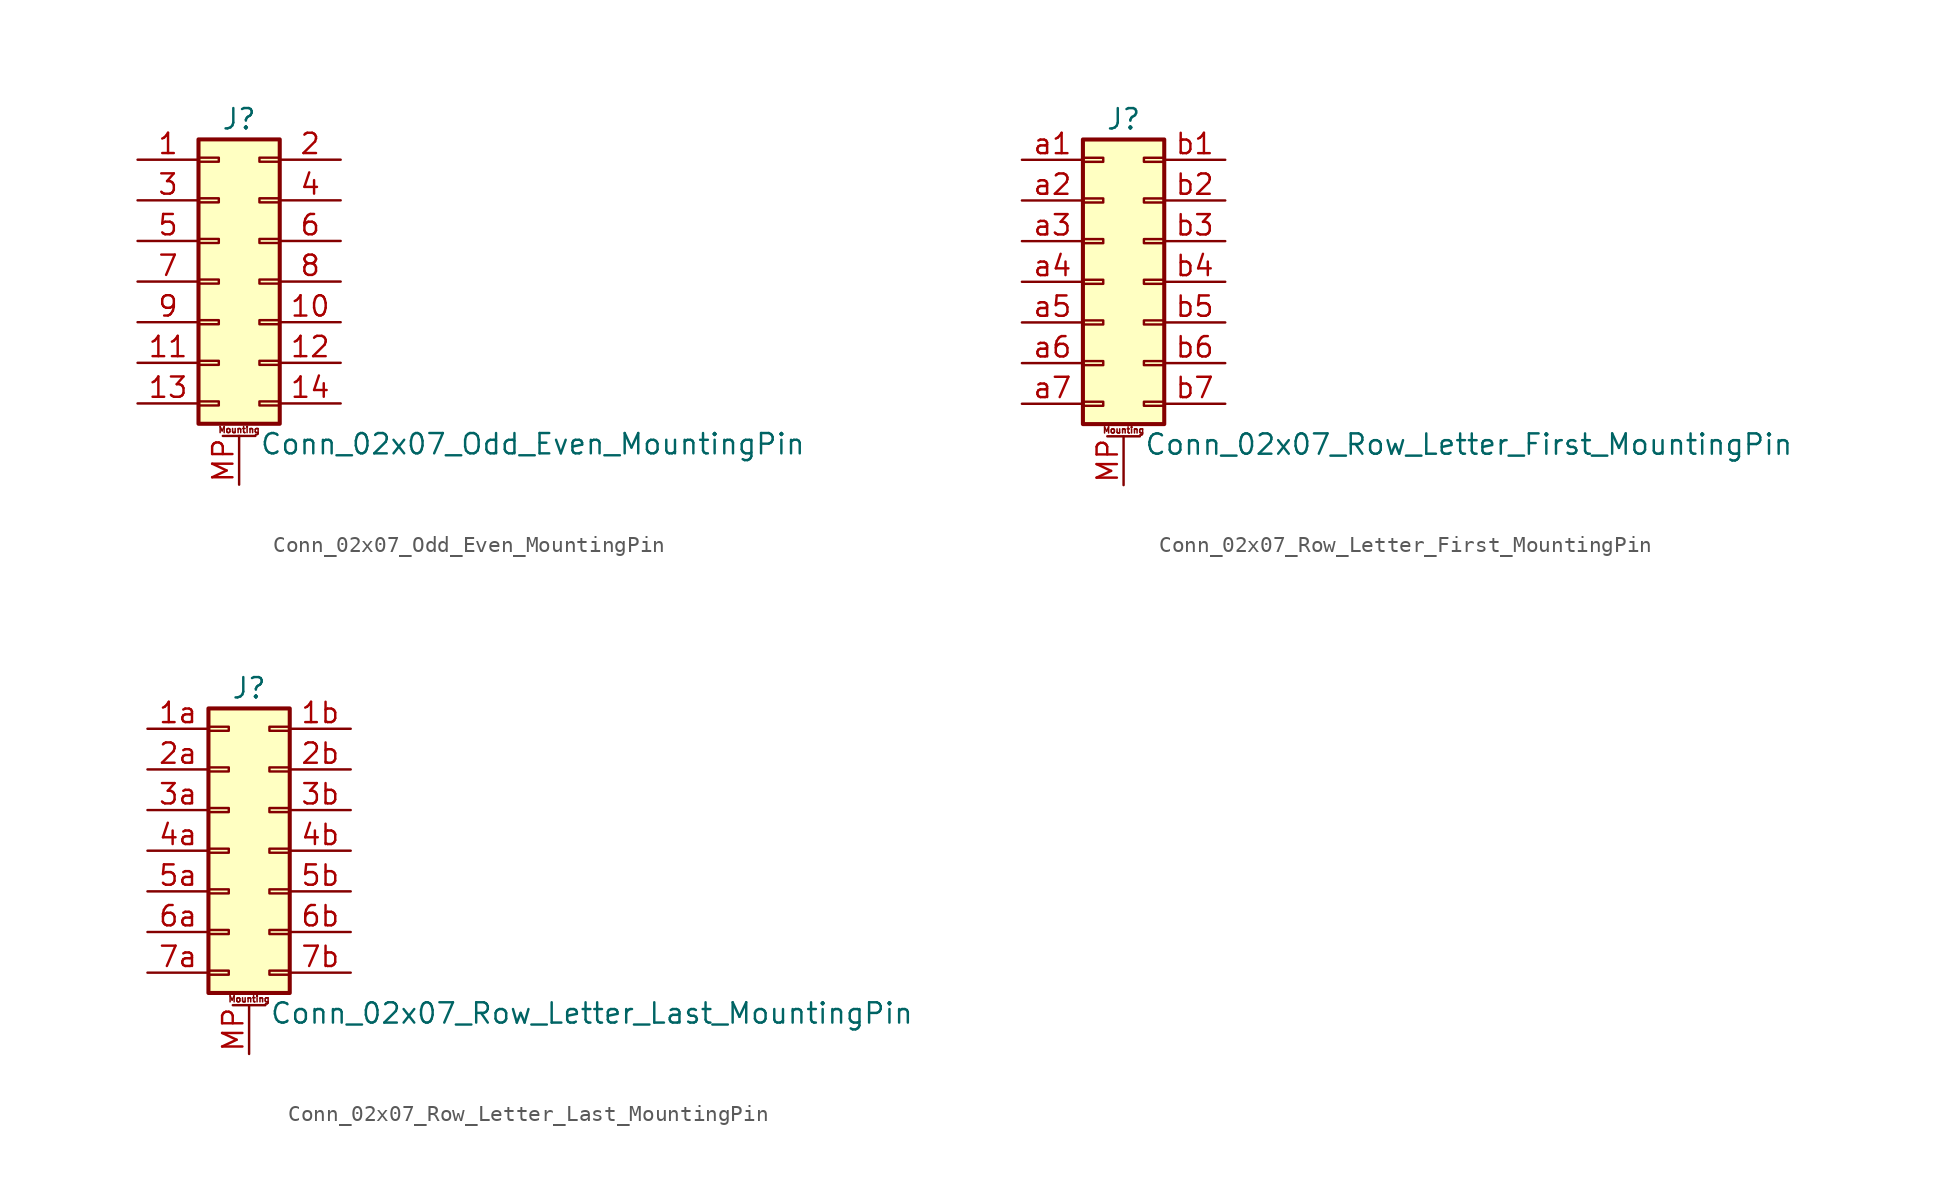
<source format=kicad_sym>
(kicad_symbol_lib
  (version 20201005)
  (generator kicad_symbol_editor)
  (symbol "Connector_Generic_MountingPin:Conn_02x07_Odd_Even_MountingPin"
    (pin_names
      (offset 1.016) hide)
    (property "Reference" "J"
      (at 1.27 10.16 0)
      (effects (font (size 1.27 1.27))))
    (property "Value" "Conn_02x07_Odd_Even_MountingPin"
      (at 2.54 -10.16 0)
      (effects (font (size 1.27 1.27)) (justify left)))
    (symbol "Conn_02x07_Odd_Even_MountingPin_1_1"
      (text "Mounting" (at 1.27 -9.271 0) (effects (font (size 0.381 0.381))))
      (rectangle (start -1.27 -4.953) (end 0 -5.207) (stroke (width 0.152)) (fill (type none)))
      (rectangle (start -1.27 -7.493) (end 0 -7.747) (stroke (width 0.152)) (fill (type none)))
      (rectangle (start -1.27 -2.413) (end 0 -2.667) (stroke (width 0.152)) (fill (type none)))
      (rectangle (start -1.27 2.667) (end 0 2.413) (stroke (width 0.152)) (fill (type none)))
      (rectangle (start -1.27 5.207) (end 0 4.953) (stroke (width 0.152)) (fill (type none)))
      (rectangle (start -1.27 7.747) (end 0 7.493) (stroke (width 0.152)) (fill (type none)))
      (rectangle (start -1.27 8.89) (end 3.81 -8.89) (stroke (width 0.254)) (fill (type background)))
      (rectangle (start -1.27 0.127) (end 0 -0.127) (stroke (width 0.152)) (fill (type none)))
      (rectangle (start 3.81 -4.953) (end 2.54 -5.207) (stroke (width 0.152)) (fill (type none)))
      (rectangle (start 3.81 -7.493) (end 2.54 -7.747) (stroke (width 0.152)) (fill (type none)))
      (rectangle (start 3.81 -2.413) (end 2.54 -2.667) (stroke (width 0.152)) (fill (type none)))
      (rectangle (start 3.81 2.667) (end 2.54 2.413) (stroke (width 0.152)) (fill (type none)))
      (rectangle (start 3.81 5.207) (end 2.54 4.953) (stroke (width 0.152)) (fill (type none)))
      (rectangle (start 3.81 7.747) (end 2.54 7.493) (stroke (width 0.152)) (fill (type none)))
      (rectangle (start 3.81 0.127) (end 2.54 -0.127) (stroke (width 0.152)) (fill (type none)))
      (polyline (pts (xy 0.254 -9.652) (xy 2.286 -9.652)) (stroke (width 0.152)) (fill (type none)))
      (pin passive line (at 1.27 -12.7 90) (length 3.048) (name "MountPin" (effects (font (size 1.27 1.27)))) (number "MP" (effects (font (size 1.27 1.27)))))
      (pin passive line (at -5.08 7.62 0) (length 3.81) (name "Pin_1" (effects (font (size 1.27 1.27)))) (number "1" (effects (font (size 1.27 1.27)))))
      (pin passive line (at 7.62 -2.54 180) (length 3.81) (name "Pin_10" (effects (font (size 1.27 1.27)))) (number "10" (effects (font (size 1.27 1.27)))))
      (pin passive line (at -5.08 -5.08 0) (length 3.81) (name "Pin_11" (effects (font (size 1.27 1.27)))) (number "11" (effects (font (size 1.27 1.27)))))
      (pin passive line (at 7.62 -5.08 180) (length 3.81) (name "Pin_12" (effects (font (size 1.27 1.27)))) (number "12" (effects (font (size 1.27 1.27)))))
      (pin passive line (at -5.08 -7.62 0) (length 3.81) (name "Pin_13" (effects (font (size 1.27 1.27)))) (number "13" (effects (font (size 1.27 1.27)))))
      (pin passive line (at 7.62 -7.62 180) (length 3.81) (name "Pin_14" (effects (font (size 1.27 1.27)))) (number "14" (effects (font (size 1.27 1.27)))))
      (pin passive line (at 7.62 7.62 180) (length 3.81) (name "Pin_2" (effects (font (size 1.27 1.27)))) (number "2" (effects (font (size 1.27 1.27)))))
      (pin passive line (at -5.08 5.08 0) (length 3.81) (name "Pin_3" (effects (font (size 1.27 1.27)))) (number "3" (effects (font (size 1.27 1.27)))))
      (pin passive line (at 7.62 5.08 180) (length 3.81) (name "Pin_4" (effects (font (size 1.27 1.27)))) (number "4" (effects (font (size 1.27 1.27)))))
      (pin passive line (at -5.08 2.54 0) (length 3.81) (name "Pin_5" (effects (font (size 1.27 1.27)))) (number "5" (effects (font (size 1.27 1.27)))))
      (pin passive line (at 7.62 2.54 180) (length 3.81) (name "Pin_6" (effects (font (size 1.27 1.27)))) (number "6" (effects (font (size 1.27 1.27)))))
      (pin passive line (at -5.08 0 0) (length 3.81) (name "Pin_7" (effects (font (size 1.27 1.27)))) (number "7" (effects (font (size 1.27 1.27)))))
      (pin passive line (at 7.62 0 180) (length 3.81) (name "Pin_8" (effects (font (size 1.27 1.27)))) (number "8" (effects (font (size 1.27 1.27)))))
      (pin passive line (at -5.08 -2.54 0) (length 3.81) (name "Pin_9" (effects (font (size 1.27 1.27)))) (number "9" (effects (font (size 1.27 1.27)))))))
  (symbol "Connector_Generic_MountingPin:Conn_02x07_Row_Letter_First_MountingPin"
    (pin_names
      (offset 1.016) hide)
    (property "Reference" "J"
      (at 1.27 10.16 0)
      (effects (font (size 1.27 1.27))))
    (property "Value" "Conn_02x07_Row_Letter_First_MountingPin"
      (at 2.54 -10.16 0)
      (effects (font (size 1.27 1.27)) (justify left)))
    (symbol "Conn_02x07_Row_Letter_First_MountingPin_1_1"
      (text "Mounting" (at 1.27 -9.271 0) (effects (font (size 0.381 0.381))))
      (rectangle (start -1.27 -4.953) (end 0 -5.207) (stroke (width 0.152)) (fill (type none)))
      (rectangle (start -1.27 -7.493) (end 0 -7.747) (stroke (width 0.152)) (fill (type none)))
      (rectangle (start -1.27 -2.413) (end 0 -2.667) (stroke (width 0.152)) (fill (type none)))
      (rectangle (start -1.27 2.667) (end 0 2.413) (stroke (width 0.152)) (fill (type none)))
      (rectangle (start -1.27 5.207) (end 0 4.953) (stroke (width 0.152)) (fill (type none)))
      (rectangle (start -1.27 7.747) (end 0 7.493) (stroke (width 0.152)) (fill (type none)))
      (rectangle (start -1.27 8.89) (end 3.81 -8.89) (stroke (width 0.254)) (fill (type background)))
      (rectangle (start -1.27 0.127) (end 0 -0.127) (stroke (width 0.152)) (fill (type none)))
      (rectangle (start 3.81 -4.953) (end 2.54 -5.207) (stroke (width 0.152)) (fill (type none)))
      (rectangle (start 3.81 -7.493) (end 2.54 -7.747) (stroke (width 0.152)) (fill (type none)))
      (rectangle (start 3.81 -2.413) (end 2.54 -2.667) (stroke (width 0.152)) (fill (type none)))
      (rectangle (start 3.81 2.667) (end 2.54 2.413) (stroke (width 0.152)) (fill (type none)))
      (rectangle (start 3.81 5.207) (end 2.54 4.953) (stroke (width 0.152)) (fill (type none)))
      (rectangle (start 3.81 7.747) (end 2.54 7.493) (stroke (width 0.152)) (fill (type none)))
      (rectangle (start 3.81 0.127) (end 2.54 -0.127) (stroke (width 0.152)) (fill (type none)))
      (polyline (pts (xy 0.254 -9.652) (xy 2.286 -9.652)) (stroke (width 0.152)) (fill (type none)))
      (pin passive line (at 1.27 -12.7 90) (length 3.048) (name "MountPin" (effects (font (size 1.27 1.27)))) (number "MP" (effects (font (size 1.27 1.27)))))
      (pin passive line (at -5.08 7.62 0) (length 3.81) (name "Pin_a1" (effects (font (size 1.27 1.27)))) (number "a1" (effects (font (size 1.27 1.27)))))
      (pin passive line (at -5.08 5.08 0) (length 3.81) (name "Pin_a2" (effects (font (size 1.27 1.27)))) (number "a2" (effects (font (size 1.27 1.27)))))
      (pin passive line (at -5.08 2.54 0) (length 3.81) (name "Pin_a3" (effects (font (size 1.27 1.27)))) (number "a3" (effects (font (size 1.27 1.27)))))
      (pin passive line (at -5.08 0 0) (length 3.81) (name "Pin_a4" (effects (font (size 1.27 1.27)))) (number "a4" (effects (font (size 1.27 1.27)))))
      (pin passive line (at -5.08 -2.54 0) (length 3.81) (name "Pin_a5" (effects (font (size 1.27 1.27)))) (number "a5" (effects (font (size 1.27 1.27)))))
      (pin passive line (at -5.08 -5.08 0) (length 3.81) (name "Pin_a6" (effects (font (size 1.27 1.27)))) (number "a6" (effects (font (size 1.27 1.27)))))
      (pin passive line (at -5.08 -7.62 0) (length 3.81) (name "Pin_a7" (effects (font (size 1.27 1.27)))) (number "a7" (effects (font (size 1.27 1.27)))))
      (pin passive line (at 7.62 7.62 180) (length 3.81) (name "Pin_b1" (effects (font (size 1.27 1.27)))) (number "b1" (effects (font (size 1.27 1.27)))))
      (pin passive line (at 7.62 5.08 180) (length 3.81) (name "Pin_b2" (effects (font (size 1.27 1.27)))) (number "b2" (effects (font (size 1.27 1.27)))))
      (pin passive line (at 7.62 2.54 180) (length 3.81) (name "Pin_b3" (effects (font (size 1.27 1.27)))) (number "b3" (effects (font (size 1.27 1.27)))))
      (pin passive line (at 7.62 0 180) (length 3.81) (name "Pin_b4" (effects (font (size 1.27 1.27)))) (number "b4" (effects (font (size 1.27 1.27)))))
      (pin passive line (at 7.62 -2.54 180) (length 3.81) (name "Pin_b5" (effects (font (size 1.27 1.27)))) (number "b5" (effects (font (size 1.27 1.27)))))
      (pin passive line (at 7.62 -5.08 180) (length 3.81) (name "Pin_b6" (effects (font (size 1.27 1.27)))) (number "b6" (effects (font (size 1.27 1.27)))))
      (pin passive line (at 7.62 -7.62 180) (length 3.81) (name "Pin_b7" (effects (font (size 1.27 1.27)))) (number "b7" (effects (font (size 1.27 1.27)))))))
  (symbol "Connector_Generic_MountingPin:Conn_02x07_Row_Letter_Last_MountingPin"
    (pin_names
      (offset 1.016) hide)
    (property "Reference" "J"
      (at 1.27 10.16 0)
      (effects (font (size 1.27 1.27))))
    (property "Value" "Conn_02x07_Row_Letter_Last_MountingPin"
      (at 2.54 -10.16 0)
      (effects (font (size 1.27 1.27)) (justify left)))
    (symbol "Conn_02x07_Row_Letter_Last_MountingPin_1_1"
      (text "Mounting" (at 1.27 -9.271 0) (effects (font (size 0.381 0.381))))
      (rectangle (start -1.27 -4.953) (end 0 -5.207) (stroke (width 0.152)) (fill (type none)))
      (rectangle (start -1.27 -7.493) (end 0 -7.747) (stroke (width 0.152)) (fill (type none)))
      (rectangle (start -1.27 -2.413) (end 0 -2.667) (stroke (width 0.152)) (fill (type none)))
      (rectangle (start -1.27 2.667) (end 0 2.413) (stroke (width 0.152)) (fill (type none)))
      (rectangle (start -1.27 5.207) (end 0 4.953) (stroke (width 0.152)) (fill (type none)))
      (rectangle (start -1.27 7.747) (end 0 7.493) (stroke (width 0.152)) (fill (type none)))
      (rectangle (start -1.27 8.89) (end 3.81 -8.89) (stroke (width 0.254)) (fill (type background)))
      (rectangle (start -1.27 0.127) (end 0 -0.127) (stroke (width 0.152)) (fill (type none)))
      (rectangle (start 3.81 -4.953) (end 2.54 -5.207) (stroke (width 0.152)) (fill (type none)))
      (rectangle (start 3.81 -7.493) (end 2.54 -7.747) (stroke (width 0.152)) (fill (type none)))
      (rectangle (start 3.81 -2.413) (end 2.54 -2.667) (stroke (width 0.152)) (fill (type none)))
      (rectangle (start 3.81 2.667) (end 2.54 2.413) (stroke (width 0.152)) (fill (type none)))
      (rectangle (start 3.81 5.207) (end 2.54 4.953) (stroke (width 0.152)) (fill (type none)))
      (rectangle (start 3.81 7.747) (end 2.54 7.493) (stroke (width 0.152)) (fill (type none)))
      (rectangle (start 3.81 0.127) (end 2.54 -0.127) (stroke (width 0.152)) (fill (type none)))
      (polyline (pts (xy 0.254 -9.652) (xy 2.286 -9.652)) (stroke (width 0.152)) (fill (type none)))
      (pin passive line (at 1.27 -12.7 90) (length 3.048) (name "MountPin" (effects (font (size 1.27 1.27)))) (number "MP" (effects (font (size 1.27 1.27)))))
      (pin passive line (at -5.08 7.62 0) (length 3.81) (name "Pin_1a" (effects (font (size 1.27 1.27)))) (number "1a" (effects (font (size 1.27 1.27)))))
      (pin passive line (at 7.62 7.62 180) (length 3.81) (name "Pin_1b" (effects (font (size 1.27 1.27)))) (number "1b" (effects (font (size 1.27 1.27)))))
      (pin passive line (at -5.08 5.08 0) (length 3.81) (name "Pin_2a" (effects (font (size 1.27 1.27)))) (number "2a" (effects (font (size 1.27 1.27)))))
      (pin passive line (at 7.62 5.08 180) (length 3.81) (name "Pin_2b" (effects (font (size 1.27 1.27)))) (number "2b" (effects (font (size 1.27 1.27)))))
      (pin passive line (at -5.08 2.54 0) (length 3.81) (name "Pin_3a" (effects (font (size 1.27 1.27)))) (number "3a" (effects (font (size 1.27 1.27)))))
      (pin passive line (at 7.62 2.54 180) (length 3.81) (name "Pin_3b" (effects (font (size 1.27 1.27)))) (number "3b" (effects (font (size 1.27 1.27)))))
      (pin passive line (at -5.08 0 0) (length 3.81) (name "Pin_4a" (effects (font (size 1.27 1.27)))) (number "4a" (effects (font (size 1.27 1.27)))))
      (pin passive line (at 7.62 0 180) (length 3.81) (name "Pin_4b" (effects (font (size 1.27 1.27)))) (number "4b" (effects (font (size 1.27 1.27)))))
      (pin passive line (at -5.08 -2.54 0) (length 3.81) (name "Pin_5a" (effects (font (size 1.27 1.27)))) (number "5a" (effects (font (size 1.27 1.27)))))
      (pin passive line (at 7.62 -2.54 180) (length 3.81) (name "Pin_5b" (effects (font (size 1.27 1.27)))) (number "5b" (effects (font (size 1.27 1.27)))))
      (pin passive line (at -5.08 -5.08 0) (length 3.81) (name "Pin_6a" (effects (font (size 1.27 1.27)))) (number "6a" (effects (font (size 1.27 1.27)))))
      (pin passive line (at 7.62 -5.08 180) (length 3.81) (name "Pin_6b" (effects (font (size 1.27 1.27)))) (number "6b" (effects (font (size 1.27 1.27)))))
      (pin passive line (at -5.08 -7.62 0) (length 3.81) (name "Pin_7a" (effects (font (size 1.27 1.27)))) (number "7a" (effects (font (size 1.27 1.27)))))
      (pin passive line (at 7.62 -7.62 180) (length 3.81) (name "Pin_7b" (effects (font (size 1.27 1.27)))) (number "7b" (effects (font (size 1.27 1.27))))))))
</source>
